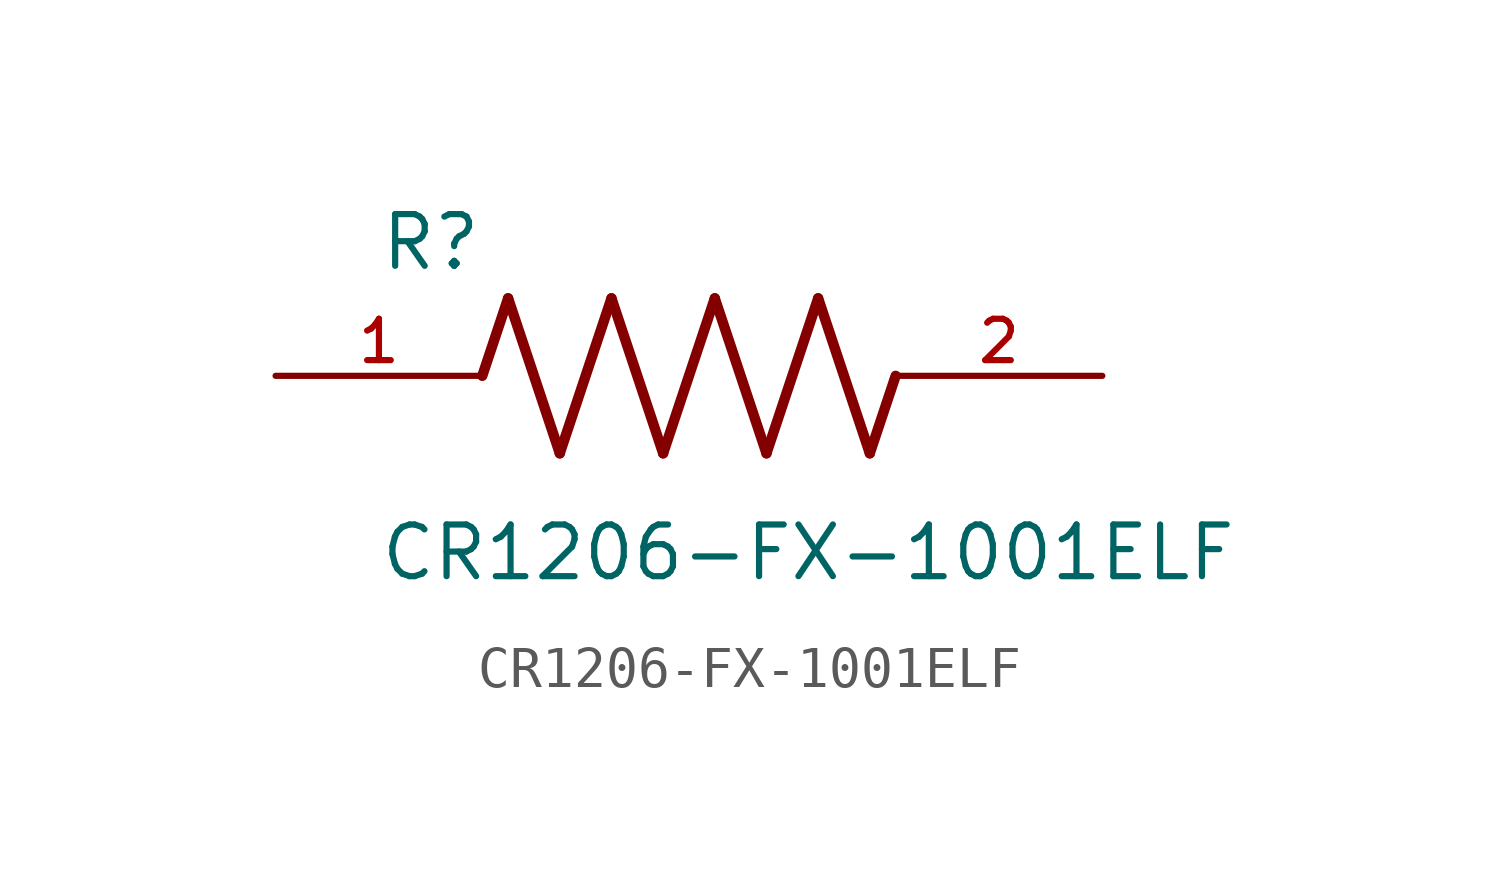
<source format=kicad_sym>
(kicad_symbol_lib
  (version 20211014)
  (generator kicad_symbol_editor)
  (symbol "CR1206-FX-1001ELF"
    (pin_names
      (offset 1.016))
    (property "Reference" "R"
      (at -7.624 2.541 0)
      (effects (font (size 1.27 1.27)) (justify bottom left)))
    (property "Value" "CR1206-FX-1001ELF"
      (at -7.63 -5.087 0)
      (effects (font (size 1.27 1.27)) (justify bottom left)))
    (symbol "CR1206-FX-1001ELF_0_0"
      (polyline (pts (xy -5.08 0.0) (xy -4.445 1.905)) (stroke (width 0.254)))
      (polyline (pts (xy -4.445 1.905) (xy -3.175 -1.905)) (stroke (width 0.254)))
      (polyline (pts (xy -3.175 -1.905) (xy -1.905 1.905)) (stroke (width 0.254)))
      (polyline (pts (xy -1.905 1.905) (xy -0.635 -1.905)) (stroke (width 0.254)))
      (polyline (pts (xy -0.635 -1.905) (xy 0.635 1.905)) (stroke (width 0.254)))
      (polyline (pts (xy 0.635 1.905) (xy 1.905 -1.905)) (stroke (width 0.254)))
      (polyline (pts (xy 1.905 -1.905) (xy 3.175 1.905)) (stroke (width 0.254)))
      (polyline (pts (xy 3.175 1.905) (xy 4.445 -1.905)) (stroke (width 0.254)))
      (polyline (pts (xy 4.445 -1.905) (xy 5.08 0.0)) (stroke (width 0.254)))
      (pin passive line (at -10.16 0.0 0) (length 5.08) (name "~" (effects (font (size 1.016 1.016)))) (number "1" (effects (font (size 1.016 1.016)))))
      (pin passive line (at 10.16 0.0 180.0) (length 5.08) (name "~" (effects (font (size 1.016 1.016)))) (number "2" (effects (font (size 1.016 1.016))))))))
</source>
